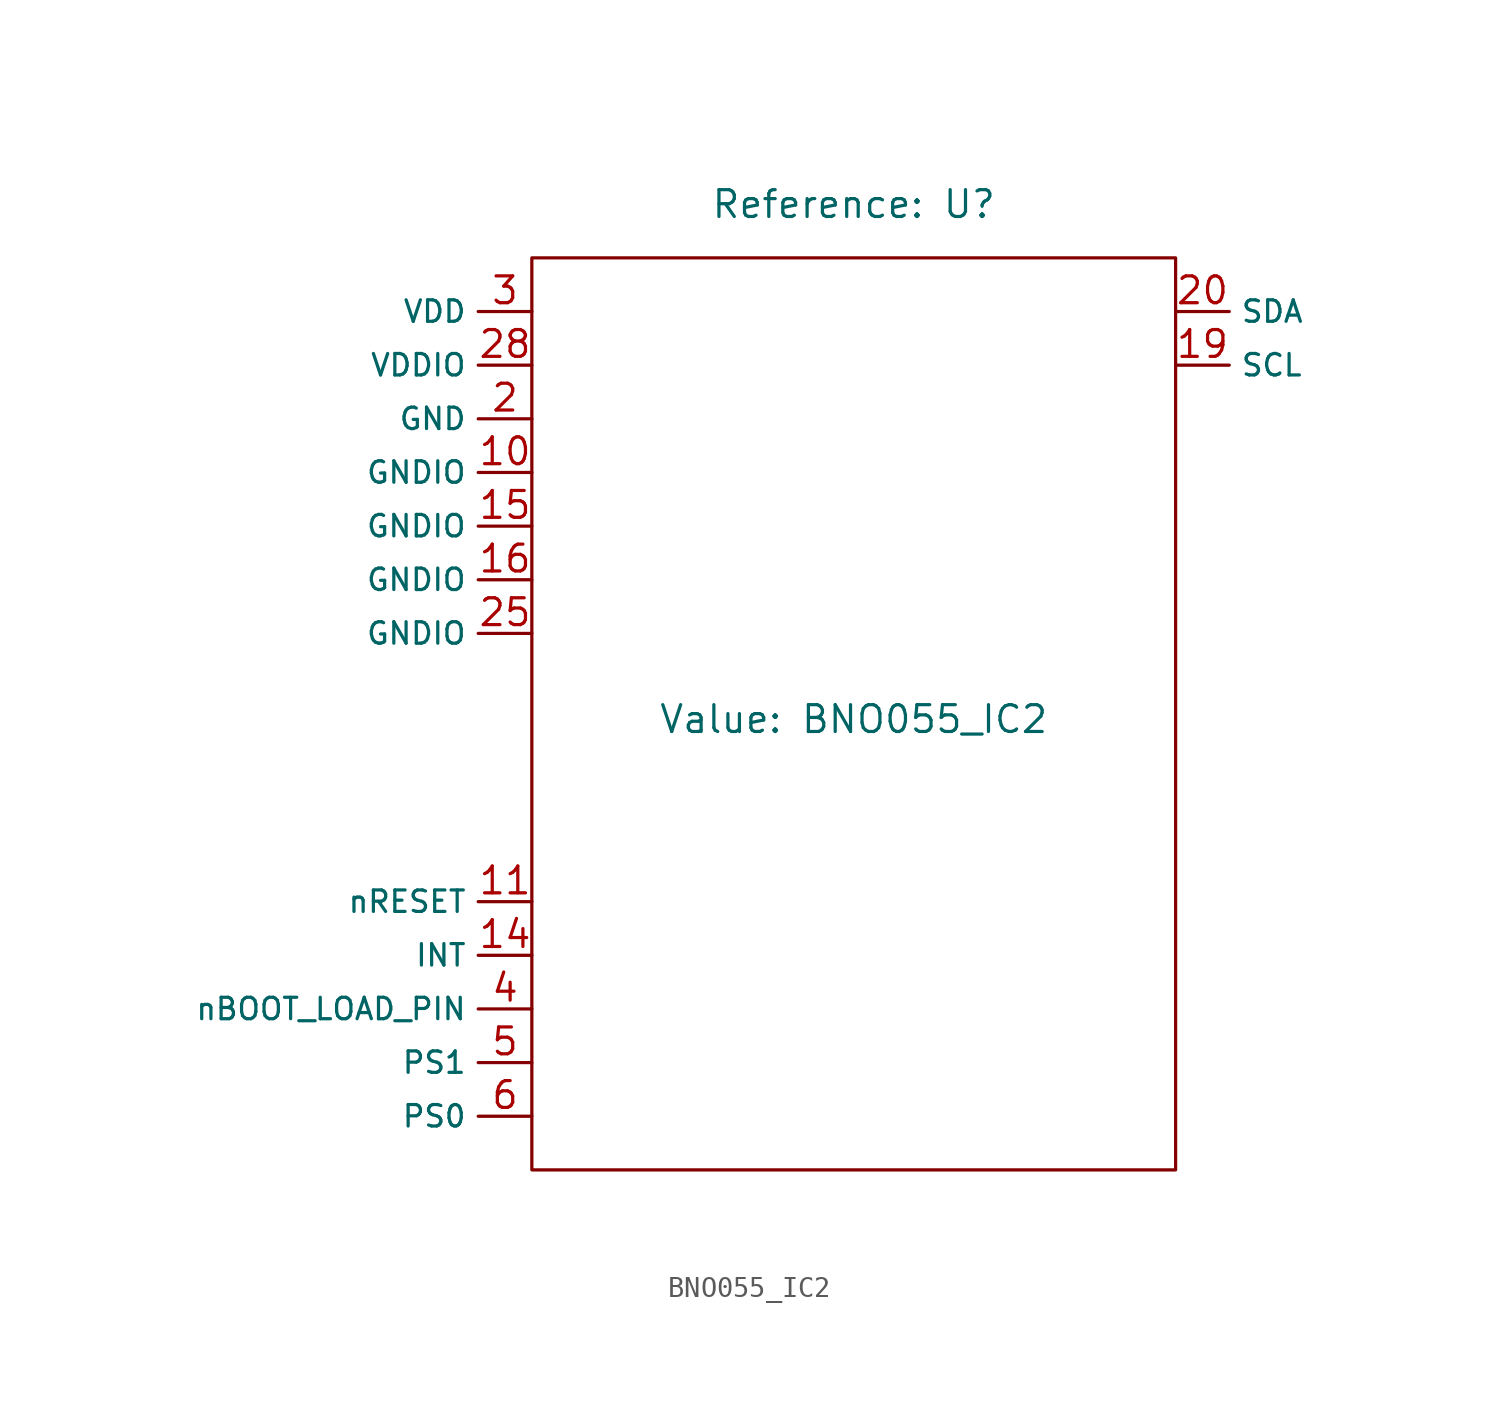
<source format=kicad_sym>
(kicad_symbol_lib
  (version 20241209)
  (generator "kicad_symbol_editor")
  (generator_version "9.0")
  (symbol "BNO055_IC2"
    (property "Reference" "U"
      (at 0 0 0)
      (show_name)
      (effects (font (size 1.27 1.27))))
    (property "Value" "BNO055_IC2"
      (at 0 -24.384 0)
      (show_name)
      (effects (font (size 1.27 1.27))))
    (symbol "BNO055_IC2_0_1"
      (rectangle (start -15.24 -2.54) (end 15.24 -45.72) (stroke (width 0) (type default)) (fill (type none))))
    (symbol "BNO055_IC2_1_1"
      (pin power_in line (at -15.24 -5.08 180) (length 2.54) (name "VDD" (effects (font (size 1.016 1.016)))) (number "3" (effects (font (size 1.27 1.27)))))
      (pin power_in line (at -15.24 -7.62 180) (length 2.54) (name "VDDIO" (effects (font (size 1.016 1.016)))) (number "28" (effects (font (size 1.27 1.27)))))
      (pin power_in line (at -15.24 -10.16 180) (length 2.54) (name "GND" (effects (font (size 1.016 1.016)))) (number "2" (effects (font (size 1.27 1.27)))))
      (pin power_in line (at -15.24 -12.7 180) (length 2.54) (name "GNDIO" (effects (font (size 1.016 1.016)))) (number "10" (effects (font (size 1.27 1.27)))))
      (pin power_in line (at -15.24 -15.24 180) (length 2.54) (name "GNDIO" (effects (font (size 1.016 1.016)))) (number "15" (effects (font (size 1.27 1.27)))))
      (pin power_in line (at -15.24 -17.78 180) (length 2.54) (name "GNDIO" (effects (font (size 1.016 1.016)))) (number "16" (effects (font (size 1.27 1.27)))))
      (pin power_in line (at -15.24 -20.32 180) (length 2.54) (name "GNDIO" (effects (font (size 1.016 1.016)))) (number "25" (effects (font (size 1.27 1.27)))))
      (pin input line (at -15.24 -33.02 180) (length 2.54) (name "nRESET" (effects (font (size 1.016 1.016)))) (number "11" (effects (font (size 1.27 1.27)))))
      (pin output line (at -15.24 -35.56 180) (length 2.54) (name "INT" (effects (font (size 1.016 1.016)))) (number "14" (effects (font (size 1.27 1.27)))))
      (pin input line (at -15.24 -38.1 180) (length 2.54) (name "nBOOT_LOAD_PIN" (effects (font (size 1.016 1.016)))) (number "4" (effects (font (size 1.27 1.27)))))
      (pin input line (at -15.24 -40.64 180) (length 2.54) (name "PS1" (effects (font (size 1.016 1.016)))) (number "5" (effects (font (size 1.27 1.27)))))
      (pin input line (at -15.24 -43.18 180) (length 2.54) (name "PS0" (effects (font (size 1.016 1.016)))) (number "6" (effects (font (size 1.27 1.27)))))
      (pin bidirectional line (at 15.24 -5.08 0) (length 2.54) (name "SDA" (effects (font (size 1.016 1.016)))) (number "20" (effects (font (size 1.27 1.27)))))
      (pin input line (at 15.24 -7.62 0) (length 2.54) (name "SCL" (effects (font (size 1.016 1.016)))) (number "19" (effects (font (size 1.27 1.27))))))))
</source>
